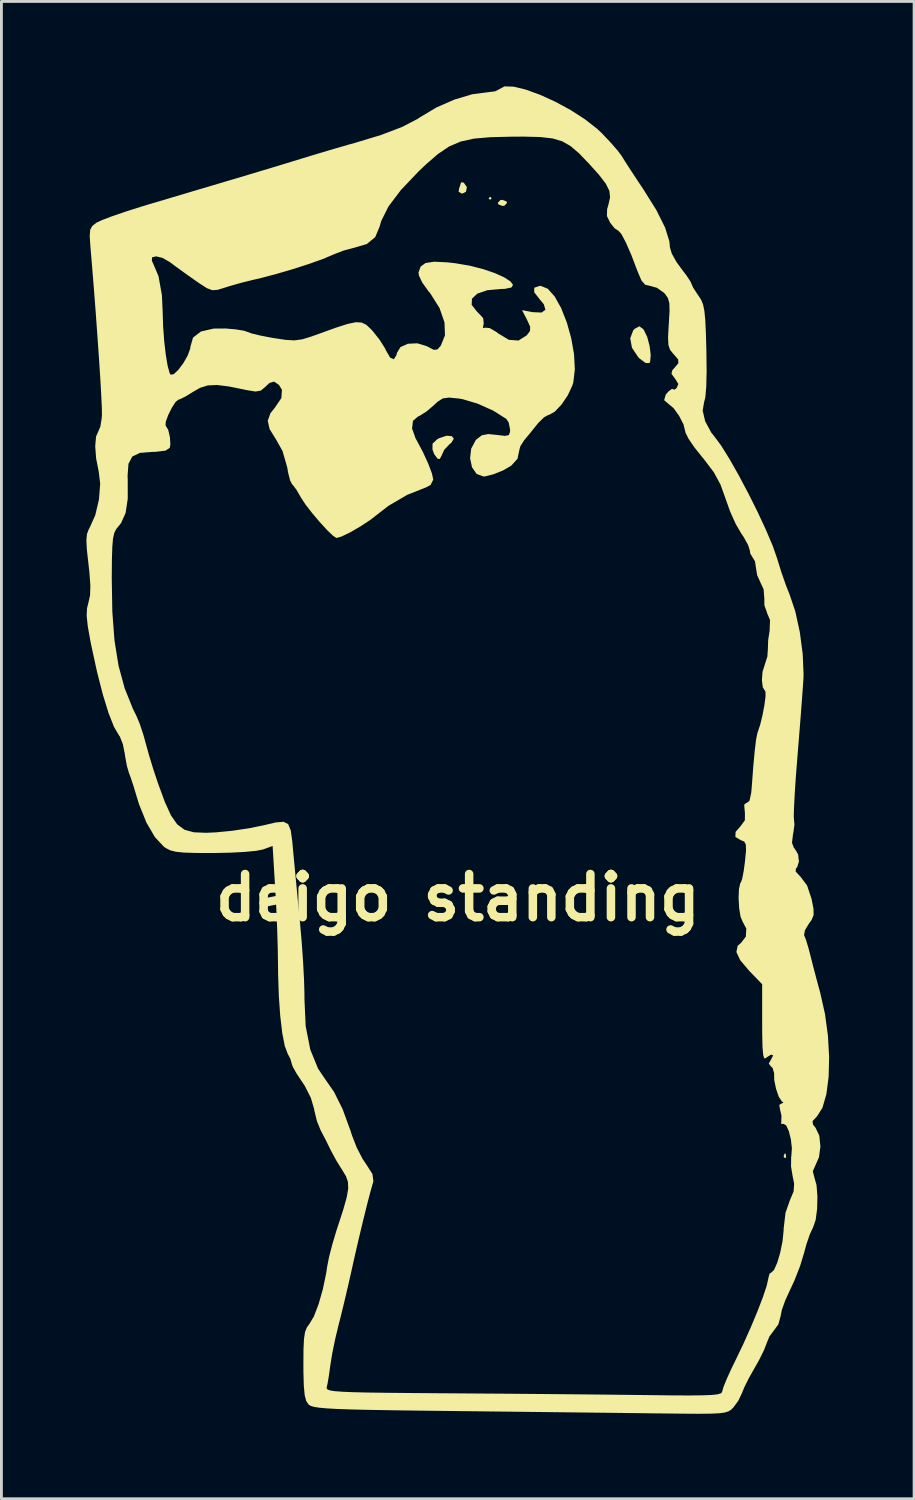
<source format=kicad_pcb>
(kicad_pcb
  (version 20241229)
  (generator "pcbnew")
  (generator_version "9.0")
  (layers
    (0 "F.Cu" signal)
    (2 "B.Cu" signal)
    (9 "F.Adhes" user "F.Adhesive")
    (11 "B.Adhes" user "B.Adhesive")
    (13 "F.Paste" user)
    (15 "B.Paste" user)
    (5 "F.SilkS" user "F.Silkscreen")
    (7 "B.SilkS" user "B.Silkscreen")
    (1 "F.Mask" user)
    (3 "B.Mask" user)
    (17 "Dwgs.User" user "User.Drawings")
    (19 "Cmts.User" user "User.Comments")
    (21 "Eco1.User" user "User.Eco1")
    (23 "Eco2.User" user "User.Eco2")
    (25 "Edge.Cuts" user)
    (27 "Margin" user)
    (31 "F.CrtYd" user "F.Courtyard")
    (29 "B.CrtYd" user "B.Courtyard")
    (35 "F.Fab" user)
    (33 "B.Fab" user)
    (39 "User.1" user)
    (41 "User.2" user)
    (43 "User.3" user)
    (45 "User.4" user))
  (footprint "deigo standing"
    (layer "F.Cu")
    (at 13.116 28.646)
    (property "Reference" "deigo standing" (at 0 0 0) (layer "F.SilkS") (effects (font (size 1.524 1.524) (thickness 0.3))))
    (attr board_only exclude_from_pos_files exclude_from_bom)
    (fp_poly (pts (xy 1.194 -24.694) (xy 1.14 -24.64) (xy 1.085 -24.694) (xy 1.14 -24.749)) (stroke (width 0) (type solid)) (fill yes) (layer "F.SilkS"))
    (fp_poly (pts (xy 11.578 9.046) (xy 11.591 9.174) (xy 11.578 9.19) (xy 11.514 9.175) (xy 11.506 9.118) (xy 11.546 9.029)) (stroke (width 0) (type solid)) (fill yes) (layer "F.SilkS"))
    (fp_poly (pts (xy 1.718 -24.582) (xy 1.737 -24.532) (xy 1.649 -24.435) (xy 1.574 -24.423) (xy 1.429 -24.482) (xy 1.411 -24.532) (xy 1.499 -24.628) (xy 1.574 -24.64)) (stroke (width 0) (type solid)) (fill yes) (layer "F.SilkS"))
    (fp_poly (pts (xy 0.217 -25.237) (xy 0.32 -25.087) (xy 0.287 -24.925) (xy 0.151 -24.857) (xy 0.029 -24.922) (xy 0.043 -25.029) (xy 0.1 -25.206) (xy 0.109 -25.252) (xy 0.179 -25.257)) (stroke (width 0) (type solid)) (fill yes) (layer "F.SilkS"))
    (fp_poly (pts (xy -0.212 -16.296) (xy -0.142 -16.204) (xy -0.233 -16.059) (xy -0.291 -16.013) (xy -0.485 -15.808) (xy -0.562 -15.633) (xy -0.636 -15.49) (xy -0.715 -15.498) (xy -0.834 -15.658) (xy -0.895 -15.823) (xy -0.893 -16.03) (xy -0.728 -16.186) (xy -0.662 -16.222) (xy -0.4 -16.31)) (stroke (width 0) (type solid)) (fill yes) (layer "F.SilkS"))
    (fp_poly (pts (xy 6.54 -20.08) (xy 6.571 -20.04) (xy 6.688 -19.797) (xy 6.772 -19.476) (xy 6.811 -19.158) (xy 6.791 -18.926) (xy 6.762 -18.876) (xy 6.627 -18.88) (xy 6.413 -19.04) (xy 6.371 -19.082) (xy 6.149 -19.416) (xy 6.087 -19.75) (xy 6.192 -20.03) (xy 6.253 -20.091) (xy 6.41 -20.175)) (stroke (width 0) (type solid)) (fill yes) (layer "F.SilkS"))
    (fp_poly (pts (xy 1.97 -28.636) (xy 2.401 -28.532) (xy 2.904 -28.349) (xy 3.443 -28.103) (xy 3.984 -27.81) (xy 4.491 -27.483) (xy 4.929 -27.139) (xy 5.085 -26.991) (xy 5.386 -26.674) (xy 5.635 -26.389) (xy 5.784 -26.193) (xy 5.791 -26.18) (xy 5.903 -25.998) (xy 6.104 -25.687) (xy 6.362 -25.295) (xy 6.55 -25.014) (xy 7.013 -24.273) (xy 7.318 -23.662) (xy 7.47 -23.172) (xy 7.49 -22.959) (xy 7.555 -22.741) (xy 7.723 -22.442) (xy 7.869 -22.24) (xy 8.077 -21.964) (xy 8.215 -21.755) (xy 8.249 -21.678) (xy 8.308 -21.542) (xy 8.455 -21.315) (xy 8.493 -21.262) (xy 8.589 -21.115) (xy 8.658 -20.949) (xy 8.705 -20.724) (xy 8.737 -20.4) (xy 8.759 -19.937) (xy 8.776 -19.327) (xy 8.785 -18.597) (xy 8.772 -18.035) (xy 8.738 -17.658) (xy 8.697 -17.501) (xy 8.645 -17.198) (xy 8.735 -16.817) (xy 8.947 -16.425) (xy 9.061 -16.282) (xy 9.296 -15.965) (xy 9.59 -15.493) (xy 9.92 -14.912) (xy 10.261 -14.268) (xy 10.591 -13.607) (xy 10.885 -12.974) (xy 11.121 -12.416) (xy 11.274 -11.978) (xy 11.278 -11.964) (xy 11.424 -11.491) (xy 11.592 -11.013) (xy 11.714 -10.706) (xy 11.916 -10.107) (xy 12.075 -9.38) (xy 12.177 -8.61) (xy 12.208 -7.885) (xy 12.199 -7.653) (xy 12.173 -7.293) (xy 12.134 -6.77) (xy 12.085 -6.134) (xy 12.029 -5.44) (xy 11.982 -4.86) (xy 11.932 -4.217) (xy 11.895 -3.647) (xy 11.871 -3.187) (xy 11.862 -2.873) (xy 11.871 -2.738) (xy 11.871 -2.738) (xy 11.886 -2.581) (xy 11.85 -2.311) (xy 11.837 -2.25) (xy 11.799 -1.938) (xy 11.868 -1.755) (xy 11.898 -1.727) (xy 12.015 -1.529) (xy 12.044 -1.273) (xy 11.978 -1.067) (xy 11.937 -1.029) (xy 11.929 -0.923) (xy 12.083 -0.756) (xy 12.092 -0.749) (xy 12.332 -0.43) (xy 12.491 0.047) (xy 12.559 0.396) (xy 12.562 0.617) (xy 12.49 0.791) (xy 12.391 0.926) (xy 12.255 1.154) (xy 12.226 1.323) (xy 12.232 1.336) (xy 12.298 1.502) (xy 12.386 1.799) (xy 12.439 2.001) (xy 12.538 2.391) (xy 12.667 2.883) (xy 12.798 3.365) (xy 12.965 4.113) (xy 13.069 4.884) (xy 13.111 5.639) (xy 13.092 6.339) (xy 13.012 6.946) (xy 12.874 7.422) (xy 12.678 7.729) (xy 12.67 7.736) (xy 12.525 7.891) (xy 12.542 8.016) (xy 12.631 8.125) (xy 12.763 8.403) (xy 12.803 8.783) (xy 12.752 9.167) (xy 12.641 9.418) (xy 12.534 9.662) (xy 12.587 9.869) (xy 12.665 10.147) (xy 12.697 10.548) (xy 12.687 10.986) (xy 12.635 11.38) (xy 12.544 11.644) (xy 12.542 11.646) (xy 12.431 11.882) (xy 12.309 12.241) (xy 12.228 12.538) (xy 12.086 13.005) (xy 11.885 13.521) (xy 11.736 13.84) (xy 11.562 14.219) (xy 11.44 14.561) (xy 11.399 14.773) (xy 11.319 15.064) (xy 11.19 15.242) (xy 11.002 15.495) (xy 10.91 15.72) (xy 10.815 15.968) (xy 10.644 16.315) (xy 10.479 16.608) (xy 10.275 16.968) (xy 10.113 17.294) (xy 10.041 17.476) (xy 9.906 17.76) (xy 9.735 17.995) (xy 9.656 18.075) (xy 9.566 18.135) (xy 9.436 18.178) (xy 9.236 18.206) (xy 8.938 18.22) (xy 8.512 18.225) (xy 7.929 18.221) (xy 7.16 18.212) (xy 7.115 18.212) (xy 6.478 18.204) (xy 5.661 18.194) (xy 4.704 18.183) (xy 3.645 18.171) (xy 2.521 18.158) (xy 1.371 18.145) (xy 0.233 18.132) (xy -0.186 18.127) (xy -1.359 18.114) (xy -2.333 18.1) (xy -3.128 18.087) (xy -3.762 18.072) (xy -4.255 18.055) (xy -4.626 18.034) (xy -4.893 18.01) (xy -5.075 17.981) (xy -5.191 17.947) (xy -5.261 17.906) (xy -5.272 17.895) (xy -5.354 17.771) (xy -5.407 17.567) (xy -5.438 17.244) (xy -5.452 16.76) (xy -5.453 16.506) (xy -5.45 15.961) (xy -5.433 15.587) (xy -5.395 15.34) (xy -5.329 15.173) (xy -5.243 15.056) (xy -5.083 14.787) (xy -4.918 14.36) (xy -4.768 13.833) (xy -4.649 13.265) (xy -4.613 13.026) (xy -4.548 12.692) (xy -4.43 12.238) (xy -4.284 11.748) (xy -4.24 11.615) (xy -4.047 11.02) (xy -3.924 10.586) (xy -3.87 10.273) (xy -3.88 10.037) (xy -3.95 9.836) (xy -4.066 9.643) (xy -4.285 9.293) (xy -4.48 8.932) (xy -4.499 8.894) (xy -4.67 8.546) (xy -4.841 8.22) (xy -4.846 8.21) (xy -4.975 7.89) (xy -5.068 7.511) (xy -5.077 7.453) (xy -5.189 7.07) (xy -5.403 6.648) (xy -5.499 6.503) (xy -5.697 6.206) (xy -5.829 5.969) (xy -5.862 5.872) (xy -5.915 5.689) (xy -6.011 5.505) (xy -6.112 5.232) (xy -6.2 4.777) (xy -6.271 4.177) (xy -6.321 3.465) (xy -6.347 2.677) (xy -6.349 2.388) (xy -6.358 1.824) (xy -6.378 1.132) (xy -6.409 0.398) (xy -6.446 -0.288) (xy -6.446 -0.288) (xy -6.54 -1.825) (xy -6.879 -1.701) (xy -7.116 -1.654) (xy -7.518 -1.615) (xy -8.03 -1.588) (xy -8.599 -1.576) (xy -8.648 -1.576) (xy -9.244 -1.578) (xy -9.665 -1.591) (xy -9.954 -1.62) (xy -10.153 -1.67) (xy -10.307 -1.748) (xy -10.381 -1.8) (xy -10.695 -2.136) (xy -10.994 -2.647) (xy -11.255 -3.294) (xy -11.344 -3.582) (xy -11.456 -3.953) (xy -11.56 -4.266) (xy -11.61 -4.396) (xy -11.683 -4.641) (xy -11.747 -4.982) (xy -11.76 -5.083) (xy -11.828 -5.419) (xy -11.932 -5.684) (xy -11.967 -5.734) (xy -12.142 -6.033) (xy -12.335 -6.523) (xy -12.537 -7.181) (xy -12.742 -7.984) (xy -12.943 -8.907) (xy -12.976 -9.073) (xy -13.068 -9.59) (xy -13.106 -9.954) (xy -13.093 -10.221) (xy -13.044 -10.416) (xy -12.986 -10.676) (xy -12.975 -11.022) (xy -12.995 -11.291) (xy -12.22 -11.291) (xy -12.2 -10.097) (xy -12.123 -9.075) (xy -11.98 -8.188) (xy -11.766 -7.399) (xy -11.474 -6.67) (xy -11.344 -6.407) (xy -11.226 -6.122) (xy -11.097 -5.729) (xy -11.023 -5.46) (xy -10.903 -5.026) (xy -10.743 -4.505) (xy -10.585 -4.031) (xy -10.344 -3.376) (xy -10.129 -2.904) (xy -9.908 -2.587) (xy -9.649 -2.396) (xy -9.319 -2.307) (xy -8.887 -2.29) (xy -8.546 -2.305) (xy -7.984 -2.359) (xy -7.375 -2.449) (xy -6.857 -2.555) (xy -6.432 -2.655) (xy -6.155 -2.679) (xy -5.991 -2.597) (xy -5.9 -2.376) (xy -5.846 -1.987) (xy -5.82 -1.699) (xy -5.784 -1.316) (xy -5.733 -0.776) (xy -5.672 -0.139) (xy -5.607 0.536) (xy -5.574 0.868) (xy -5.514 1.556) (xy -5.465 2.251) (xy -5.431 2.888) (xy -5.416 3.403) (xy -5.416 3.58) (xy -5.373 4.536) (xy -5.21 5.364) (xy -4.934 6.04) (xy -4.718 6.36) (xy -4.37 6.862) (xy -4.067 7.471) (xy -3.786 8.239) (xy -3.736 8.398) (xy -3.571 8.823) (xy -3.361 9.228) (xy -3.228 9.425) (xy -3.016 9.758) (xy -2.981 10.011) (xy -2.988 10.037) (xy -3.077 10.349) (xy -3.201 10.822) (xy -3.346 11.408) (xy -3.501 12.055) (xy -3.653 12.714) (xy -3.746 13.134) (xy -3.878 13.719) (xy -4.022 14.331) (xy -4.156 14.875) (xy -4.211 15.088) (xy -4.33 15.585) (xy -4.435 16.096) (xy -4.5 16.499) (xy -4.551 16.869) (xy -4.602 17.17) (xy -4.628 17.285) (xy -4.63 17.332) (xy -4.594 17.371) (xy -4.502 17.402) (xy -4.332 17.428) (xy -4.067 17.447) (xy -3.687 17.463) (xy -3.173 17.475) (xy -2.504 17.484) (xy -1.663 17.492) (xy -0.629 17.5) (xy -0.305 17.502) (xy 0.786 17.51) (xy 1.927 17.518) (xy 3.072 17.528) (xy 4.176 17.538) (xy 5.193 17.548) (xy 6.078 17.558) (xy 6.703 17.565) (xy 7.534 17.575) (xy 8.173 17.578) (xy 8.643 17.573) (xy 8.97 17.56) (xy 9.178 17.537) (xy 9.29 17.502) (xy 9.332 17.456) (xy 9.335 17.435) (xy 9.382 17.272) (xy 9.507 16.967) (xy 9.689 16.571) (xy 9.815 16.315) (xy 10.083 15.756) (xy 10.344 15.173) (xy 10.579 14.61) (xy 10.772 14.107) (xy 10.905 13.708) (xy 10.963 13.455) (xy 10.964 13.433) (xy 11.01 13.272) (xy 11.062 13.243) (xy 11.166 13.145) (xy 11.279 12.889) (xy 11.384 12.533) (xy 11.465 12.135) (xy 11.504 11.753) (xy 11.506 11.672) (xy 11.571 11.126) (xy 11.722 10.694) (xy 11.856 10.374) (xy 11.876 10.102) (xy 11.824 9.848) (xy 11.765 9.49) (xy 11.77 9.16) (xy 11.777 9.118) (xy 11.796 8.847) (xy 11.76 8.535) (xy 11.688 8.246) (xy 11.594 8.042) (xy 11.496 7.986) (xy 11.487 7.99) (xy 11.41 7.984) (xy 11.422 7.912) (xy 11.428 7.696) (xy 11.385 7.517) (xy 11.35 7.32) (xy 11.427 7.271) (xy 11.499 7.241) (xy 11.438 7.19) (xy 11.333 7.031) (xy 11.236 6.75) (xy 11.172 6.441) (xy 11.168 6.199) (xy 11.115 6.013) (xy 11.06 5.963) (xy 10.979 5.86) (xy 11.065 5.707) (xy 11.133 5.57) (xy 11.063 5.542) (xy 10.908 5.636) (xy 10.876 5.666) (xy 10.821 5.675) (xy 10.783 5.557) (xy 10.759 5.286) (xy 10.748 4.839) (xy 10.746 4.427) (xy 10.746 3.057) (xy 10.291 2.587) (xy 9.971 2.209) (xy 9.836 1.92) (xy 9.88 1.703) (xy 10.004 1.592) (xy 10.169 1.378) (xy 10.187 1.095) (xy 10.054 0.843) (xy 9.982 0.67) (xy 9.934 0.369) (xy 9.914 0.02) (xy 9.926 -0.3) (xy 9.973 -0.51) (xy 9.997 -0.543) (xy 10.042 -0.671) (xy 10.096 -0.952) (xy 10.14 -1.284) (xy 10.176 -1.659) (xy 10.17 -1.873) (xy 10.114 -1.978) (xy 9.996 -2.029) (xy 9.993 -2.029) (xy 9.8 -2.144) (xy 9.809 -2.323) (xy 9.984 -2.524) (xy 10.136 -2.732) (xy 10.137 -3.016) (xy 10.132 -3.041) (xy 10.111 -3.28) (xy 10.185 -3.346) (xy 10.201 -3.343) (xy 10.299 -3.42) (xy 10.361 -3.709) (xy 10.374 -3.853) (xy 10.432 -4.625) (xy 10.485 -5.198) (xy 10.533 -5.59) (xy 10.58 -5.818) (xy 10.594 -5.857) (xy 10.678 -6.113) (xy 10.759 -6.448) (xy 10.825 -6.796) (xy 10.864 -7.093) (xy 10.864 -7.271) (xy 10.85 -7.296) (xy 10.768 -7.427) (xy 10.737 -7.682) (xy 10.759 -7.976) (xy 10.836 -8.219) (xy 10.93 -8.515) (xy 10.947 -8.762) (xy 10.958 -9.091) (xy 11.009 -9.421) (xy 11.024 -9.802) (xy 10.93 -10.024) (xy 10.824 -10.324) (xy 10.823 -10.555) (xy 10.797 -10.89) (xy 10.703 -11.089) (xy 10.569 -11.389) (xy 10.529 -11.632) (xy 10.493 -11.874) (xy 10.421 -11.994) (xy 10.326 -12.149) (xy 10.312 -12.251) (xy 10.251 -12.447) (xy 10.097 -12.728) (xy 10.002 -12.869) (xy 9.811 -13.197) (xy 9.613 -13.638) (xy 9.458 -14.076) (xy 9.275 -14.586) (xy 9.038 -15.022) (xy 8.691 -15.48) (xy 8.629 -15.554) (xy 8.354 -15.899) (xy 8.146 -16.204) (xy 8.039 -16.417) (xy 8.032 -16.457) (xy 7.968 -16.71) (xy 7.813 -17.014) (xy 7.618 -17.285) (xy 7.437 -17.436) (xy 7.435 -17.437) (xy 7.285 -17.568) (xy 7.342 -17.763) (xy 7.435 -17.871) (xy 7.563 -17.967) (xy 7.598 -17.951) (xy 7.658 -17.939) (xy 7.726 -17.995) (xy 7.787 -18.135) (xy 7.677 -18.317) (xy 7.667 -18.329) (xy 7.543 -18.498) (xy 7.576 -18.625) (xy 7.647 -18.704) (xy 7.787 -18.87) (xy 7.779 -19.005) (xy 7.617 -19.194) (xy 7.601 -19.21) (xy 7.493 -19.344) (xy 7.437 -19.514) (xy 7.423 -19.776) (xy 7.444 -20.188) (xy 7.45 -20.268) (xy 7.476 -20.705) (xy 7.469 -20.986) (xy 7.419 -21.17) (xy 7.318 -21.316) (xy 7.28 -21.357) (xy 7.03 -21.534) (xy 6.789 -21.601) (xy 6.615 -21.641) (xy 6.482 -21.795) (xy 6.348 -22.111) (xy 6.346 -22.116) (xy 6.131 -22.681) (xy 5.937 -23.127) (xy 5.778 -23.427) (xy 5.667 -23.553) (xy 5.656 -23.555) (xy 5.535 -23.636) (xy 5.379 -23.832) (xy 5.265 -24.067) (xy 5.271 -24.308) (xy 5.322 -24.487) (xy 5.376 -24.73) (xy 5.351 -24.956) (xy 5.226 -25.208) (xy 4.982 -25.527) (xy 4.62 -25.929) (xy 4.278 -26.284) (xy 3.982 -26.538) (xy 3.686 -26.707) (xy 3.343 -26.808) (xy 2.905 -26.858) (xy 2.324 -26.872) (xy 1.9 -26.87) (xy 1.15 -26.852) (xy 0.567 -26.801) (xy 0.098 -26.698) (xy -0.308 -26.524) (xy -0.7 -26.259) (xy -1.132 -25.885) (xy -1.385 -25.644) (xy -2.009 -24.988) (xy -2.446 -24.41) (xy -2.704 -23.895) (xy -2.76 -23.699) (xy -2.917 -23.323) (xy -3.212 -23.081) (xy -3.636 -22.954) (xy -4.035 -22.849) (xy -4.422 -22.698) (xy -4.45 -22.684) (xy -4.772 -22.548) (xy -5.244 -22.38) (xy -5.805 -22.199) (xy -6.394 -22.026) (xy -6.951 -21.879) (xy -7.218 -21.817) (xy -7.654 -21.709) (xy -8.095 -21.583) (xy -8.224 -21.541) (xy -8.482 -21.462) (xy -8.67 -21.449) (xy -8.86 -21.52) (xy -9.128 -21.693) (xy -9.256 -21.782) (xy -9.625 -22.043) (xy -9.981 -22.301) (xy -10.175 -22.445) (xy -10.428 -22.589) (xy -10.652 -22.644) (xy -10.795 -22.61) (xy -10.805 -22.487) (xy -10.781 -22.443) (xy -10.57 -21.948) (xy -10.449 -21.275) (xy -10.422 -20.678) (xy -10.406 -20.172) (xy -10.368 -19.652) (xy -10.312 -19.17) (xy -10.246 -18.776) (xy -10.176 -18.522) (xy -10.142 -18.465) (xy -10.03 -18.484) (xy -9.865 -18.642) (xy -9.686 -18.882) (xy -9.535 -19.15) (xy -9.45 -19.387) (xy -9.444 -19.45) (xy -9.35 -19.775) (xy -9.073 -19.99) (xy -8.621 -20.094) (xy -8.201 -20.097) (xy -7.833 -20.064) (xy -7.551 -20.018) (xy -7.435 -19.978) (xy -7.282 -19.922) (xy -6.975 -19.848) (xy -6.576 -19.771) (xy -6.505 -19.759) (xy -6.08 -19.695) (xy -5.773 -19.677) (xy -5.496 -19.714) (xy -5.162 -19.816) (xy -4.877 -19.919) (xy -4.301 -20.127) (xy -3.888 -20.259) (xy -3.599 -20.319) (xy -3.392 -20.306) (xy -3.229 -20.225) (xy -3.069 -20.075) (xy -3.009 -20.01) (xy -2.766 -19.705) (xy -2.572 -19.397) (xy -2.533 -19.315) (xy -2.388 -19.066) (xy -2.258 -19.011) (xy -2.167 -19.156) (xy -2.151 -19.236) (xy -2.025 -19.441) (xy -1.763 -19.558) (xy -1.432 -19.574) (xy -1.1 -19.474) (xy -1.062 -19.453) (xy -0.846 -19.342) (xy -0.719 -19.358) (xy -0.602 -19.489) (xy -0.454 -19.856) (xy -0.471 -20.312) (xy -0.645 -20.816) (xy -0.967 -21.329) (xy -1.054 -21.435) (xy -1.258 -21.721) (xy -1.376 -21.974) (xy -1.388 -22.076) (xy -1.313 -22.284) (xy -1.141 -22.408) (xy -0.84 -22.455) (xy -0.377 -22.433) (xy -0.089 -22.401) (xy 0.418 -22.315) (xy 0.889 -22.195) (xy 1.301 -22.055) (xy 1.631 -21.906) (xy 1.855 -21.762) (xy 1.949 -21.638) (xy 1.891 -21.544) (xy 1.657 -21.496) (xy 1.527 -21.492) (xy 1.038 -21.448) (xy 0.689 -21.328) (xy 0.499 -21.15) (xy 0.488 -20.933) (xy 0.673 -20.696) (xy 0.691 -20.681) (xy 0.895 -20.463) (xy 0.915 -20.264) (xy 0.908 -20.246) (xy 0.883 -20.108) (xy 0.961 -20.125) (xy 1.122 -20.113) (xy 1.361 -19.974) (xy 1.422 -19.926) (xy 1.801 -19.697) (xy 2.143 -19.672) (xy 2.432 -19.853) (xy 2.433 -19.854) (xy 2.55 -20.012) (xy 2.553 -20.163) (xy 2.444 -20.403) (xy 2.268 -20.745) (xy 2.641 -20.674) (xy 2.958 -20.66) (xy 3.093 -20.758) (xy 3.036 -20.953) (xy 2.888 -21.131) (xy 2.697 -21.377) (xy 2.698 -21.536) (xy 2.89 -21.6) (xy 2.93 -21.601) (xy 3.178 -21.499) (xy 3.423 -21.222) (xy 3.651 -20.812) (xy 3.849 -20.308) (xy 4.004 -19.754) (xy 4.103 -19.19) (xy 4.132 -18.659) (xy 4.079 -18.201) (xy 4.046 -18.088) (xy 3.883 -17.738) (xy 3.66 -17.409) (xy 3.422 -17.159) (xy 3.216 -17.044) (xy 3.191 -17.042) (xy 3.046 -16.963) (xy 2.845 -16.766) (xy 2.782 -16.689) (xy 2.56 -16.412) (xy 2.367 -16.18) (xy 2.338 -16.146) (xy 2.204 -15.932) (xy 2.171 -15.802) (xy 2.106 -15.496) (xy 1.887 -15.254) (xy 1.595 -15.084) (xy 1.266 -14.952) (xy 0.976 -14.877) (xy 0.906 -14.871) (xy 0.662 -14.963) (xy 0.5 -15.199) (xy 0.433 -15.516) (xy 0.472 -15.853) (xy 0.628 -16.148) (xy 0.662 -16.184) (xy 0.85 -16.327) (xy 1.075 -16.369) (xy 1.368 -16.34) (xy 1.662 -16.305) (xy 1.801 -16.332) (xy 1.843 -16.444) (xy 1.845 -16.533) (xy 1.794 -16.782) (xy 1.71 -16.906) (xy 1.253 -17.195) (xy 0.7 -17.443) (xy 0.162 -17.603) (xy 0.034 -17.624) (xy -0.31 -17.658) (xy -0.532 -17.627) (xy -0.719 -17.507) (xy -0.856 -17.379) (xy -1.118 -17.158) (xy -1.358 -17.008) (xy -1.406 -16.989) (xy -1.585 -16.836) (xy -1.615 -16.564) (xy -1.491 -16.215) (xy -1.467 -16.174) (xy -1.24 -15.749) (xy -1.047 -15.33) (xy -0.914 -14.977) (xy -0.868 -14.761) (xy -0.963 -14.572) (xy -1.113 -14.49) (xy -1.789 -14.222) (xy -2.45 -13.835) (xy -2.795 -13.567) (xy -3.087 -13.34) (xy -3.445 -13.105) (xy -3.806 -12.896) (xy -4.11 -12.749) (xy -4.286 -12.7) (xy -4.408 -12.779) (xy -4.62 -12.983) (xy -4.88 -13.267) (xy -5.146 -13.582) (xy -5.378 -13.881) (xy -5.533 -14.117) (xy -5.541 -14.131) (xy -5.695 -14.396) (xy -5.823 -14.57) (xy -5.85 -14.592) (xy -5.921 -14.728) (xy -5.992 -15.004) (xy -6.024 -15.194) (xy -6.19 -15.771) (xy -6.414 -16.17) (xy -6.646 -16.545) (xy -6.712 -16.838) (xy -6.616 -17.106) (xy -6.459 -17.303) (xy -6.232 -17.639) (xy -6.21 -17.932) (xy -6.317 -18.106) (xy -6.488 -18.222) (xy -6.652 -18.173) (xy -6.807 -18.028) (xy -6.958 -17.904) (xy -7.14 -17.871) (xy -7.437 -17.918) (xy -7.49 -17.929) (xy -8.076 -18.049) (xy -8.505 -18.102) (xy -8.83 -18.087) (xy -9.101 -18.002) (xy -9.337 -17.867) (xy -9.611 -17.699) (xy -9.813 -17.598) (xy -9.864 -17.585) (xy -9.969 -17.499) (xy -10.103 -17.29) (xy -10.23 -17.033) (xy -10.314 -16.801) (xy -10.319 -16.668) (xy -10.312 -16.662) (xy -10.225 -16.513) (xy -10.165 -16.255) (xy -10.151 -15.994) (xy -10.172 -15.882) (xy -10.322 -15.785) (xy -10.667 -15.742) (xy -10.795 -15.739) (xy -11.228 -15.704) (xy -11.496 -15.575) (xy -11.63 -15.318) (xy -11.661 -14.897) (xy -11.656 -14.762) (xy -11.655 -14.086) (xy -11.731 -13.585) (xy -11.89 -13.227) (xy -11.975 -13.122) (xy -12.068 -13.007) (xy -12.133 -12.872) (xy -12.176 -12.676) (xy -12.201 -12.381) (xy -12.214 -11.949) (xy -12.22 -11.341) (xy -12.22 -11.291) (xy -12.995 -11.291) (xy -13.011 -11.506) (xy -13.043 -11.785) (xy -13.098 -12.283) (xy -13.116 -12.618) (xy -13.095 -12.841) (xy -13.034 -13.003) (xy -13.008 -13.046) (xy -12.803 -13.502) (xy -12.671 -14.06) (xy -12.629 -14.62) (xy -12.68 -15.046) (xy -12.772 -15.509) (xy -12.804 -15.942) (xy -12.774 -16.283) (xy -12.696 -16.46) (xy -12.623 -16.631) (xy -12.575 -16.926) (xy -12.567 -17.051) (xy -12.57 -17.293) (xy -12.59 -17.72) (xy -12.623 -18.3) (xy -12.668 -19) (xy -12.723 -19.788) (xy -12.784 -20.634) (xy -12.851 -21.504) (xy -12.921 -22.368) (xy -12.973 -22.981) (xy -12.998 -23.356) (xy -12.982 -23.581) (xy -12.907 -23.718) (xy -12.759 -23.833) (xy -12.758 -23.834) (xy -12.559 -23.927) (xy -12.197 -24.064) (xy -11.714 -24.229) (xy -11.155 -24.407) (xy -10.883 -24.489) (xy -10.181 -24.697) (xy -9.417 -24.925) (xy -8.676 -25.145) (xy -8.046 -25.332) (xy -7.978 -25.352) (xy -7.319 -25.549) (xy -6.584 -25.77) (xy -5.881 -25.984) (xy -5.482 -26.106) (xy -4.924 -26.276) (xy -4.366 -26.441) (xy -3.885 -26.581) (xy -3.636 -26.65) (xy -2.707 -26.931) (xy -1.962 -27.216) (xy -1.416 -27.5) (xy -1.326 -27.561) (xy -0.754 -27.903) (xy -0.116 -28.181) (xy 0.513 -28.369) (xy 1.052 -28.438) (xy 1.313 -28.47) (xy 1.463 -28.545) (xy 1.465 -28.548) (xy 1.646 -28.646)) (stroke (width 0) (type solid)) (fill yes) (layer "F.SilkS")))
  (gr_rect
    (start -3 -3)
    (end 29.227 49.871)
    (stroke (width 0.1) (type default))
    (fill no)
    (layer "Edge.Cuts")))
</source>
